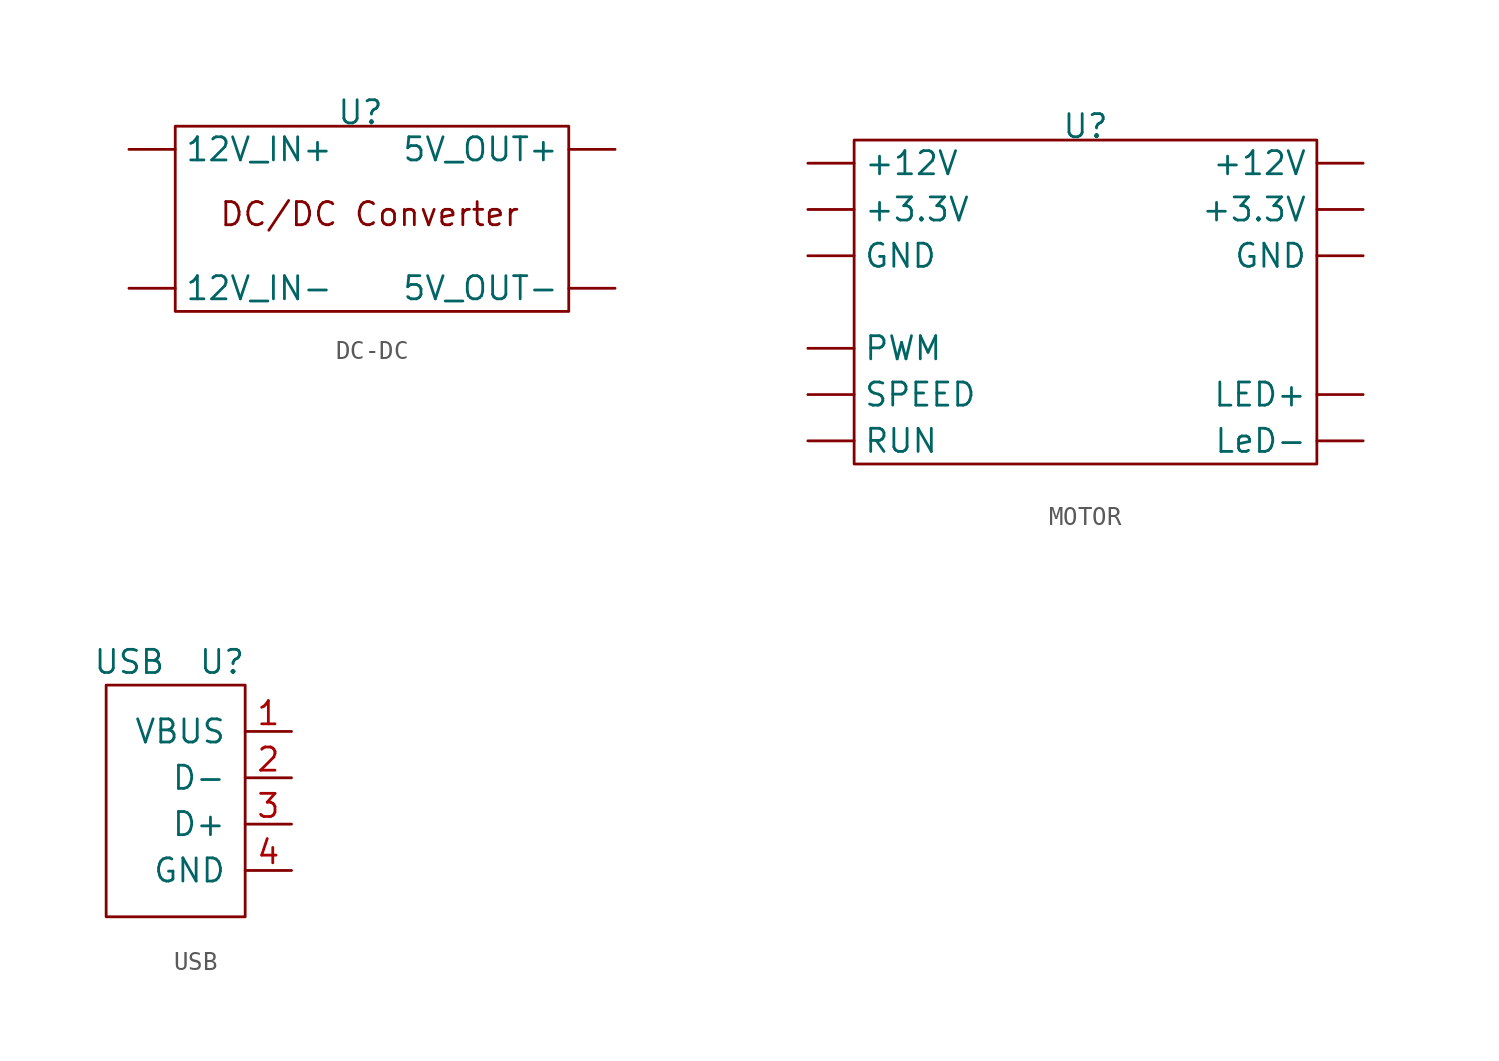
<source format=kicad_sym>
(kicad_symbol_lib
  (version 20231120)
  (generator "kicad_symbol_editor")
  (generator_version "8.0")
  (symbol "DC-DC"
    (property "Reference" "U"
      (at 0 0.762 0)
      (effects (font (size 1.27 1.27))))
    (property "Value" ""
      (at 0 0.762 0)
      (effects (font (size 1.27 1.27))))
    (symbol "DC-DC_0_1"
      (rectangle (start -10.16 0) (end 11.43 -10.16) (stroke (width 0) (type default)) (fill (type none))))
    (symbol "DC-DC_1_1"
      (text "DC/DC Converter" (at 0.508 -4.826 0) (effects (font (size 1.27 1.27))))
      (pin power_in line (at -12.7 -1.27 0) (length 2.54) (name "12V_IN+" (effects (font (size 1.27 1.27)))) (number "" (effects (font (size 1.27 1.27)))))
      (pin power_in line (at -12.7 -8.89 0) (length 2.54) (name "12V_IN-" (effects (font (size 1.27 1.27)))) (number "" (effects (font (size 1.27 1.27)))))
      (pin power_out line (at 13.97 -1.27 180) (length 2.54) (name "5V_OUT+" (effects (font (size 1.27 1.27)))) (number "" (effects (font (size 1.27 1.27)))))
      (pin power_out line (at 13.97 -8.89 180) (length 2.54) (name "5V_OUT-" (effects (font (size 1.27 1.27)))) (number "" (effects (font (size 1.27 1.27)))))))
  (symbol "MOTOR"
    (property "Reference" "U"
      (at 0 0.762 0)
      (effects (font (size 1.27 1.27))))
    (property "Value" ""
      (at 0 0 0)
      (effects (font (size 1.27 1.27))))
    (symbol "MOTOR_0_1"
      (rectangle (start -12.7 0) (end 12.7 -17.78) (stroke (width 0) (type default)) (fill (type none))))
    (symbol "MOTOR_1_1"
      (pin power_in line (at -15.24 -1.27 0) (length 2.54) (name "+12V" (effects (font (size 1.27 1.27)))) (number "" (effects (font (size 1.27 1.27)))))
      (pin power_in line (at 15.24 -1.27 180) (length 2.54) (name "+12V" (effects (font (size 1.27 1.27)))) (number "" (effects (font (size 1.27 1.27)))))
      (pin power_in line (at -15.24 -3.81 0) (length 2.54) (name "+3.3V" (effects (font (size 1.27 1.27)))) (number "" (effects (font (size 1.27 1.27)))))
      (pin power_in line (at 15.24 -3.81 180) (length 2.54) (name "+3.3V" (effects (font (size 1.27 1.27)))) (number "" (effects (font (size 1.27 1.27)))))
      (pin power_in line (at -15.24 -6.35 0) (length 2.54) (name "GND" (effects (font (size 1.27 1.27)))) (number "" (effects (font (size 1.27 1.27)))))
      (pin power_in line (at 15.24 -6.35 180) (length 2.54) (name "GND" (effects (font (size 1.27 1.27)))) (number "" (effects (font (size 1.27 1.27)))))
      (pin output line (at 15.24 -13.97 180) (length 2.54) (name "LED+" (effects (font (size 1.27 1.27)))) (number "" (effects (font (size 1.27 1.27)))))
      (pin output line (at 15.24 -16.51 180) (length 2.54) (name "LeD-" (effects (font (size 1.27 1.27)))) (number "" (effects (font (size 1.27 1.27)))))
      (pin input line (at -15.24 -11.43 0) (length 2.54) (name "PWM" (effects (font (size 1.27 1.27)))) (number "" (effects (font (size 1.27 1.27)))))
      (pin input line (at -15.24 -16.51 0) (length 2.54) (name "RUN" (effects (font (size 1.27 1.27)))) (number "" (effects (font (size 1.27 1.27)))))
      (pin output line (at -15.24 -13.97 0) (length 2.54) (name "SPEED" (effects (font (size 1.27 1.27)))) (number "" (effects (font (size 1.27 1.27)))))))
  (symbol "USB"
    (pin_names
      (offset 1.016))
    (property "Reference" "U"
      (at 6.35 1.27 0)
      (effects (font (size 1.27 1.27))))
    (property "Value" "USB"
      (at 1.27 1.27 0)
      (effects (font (size 1.27 1.27))))
    (symbol "USB_0_1"
      (rectangle (start 0 0) (end 7.62 -12.7) (stroke (width 0) (type solid)) (fill (type none))))
    (symbol "USB_1_1"
      (pin power_out line (at 10.16 -2.54 180) (length 2.54) (name "VBUS" (effects (font (size 1.27 1.27)))) (number "1" (effects (font (size 1.27 1.27)))))
      (pin bidirectional line (at 10.16 -5.08 180) (length 2.54) (name "D-" (effects (font (size 1.27 1.27)))) (number "2" (effects (font (size 1.27 1.27)))))
      (pin bidirectional line (at 10.16 -7.62 180) (length 2.54) (name "D+" (effects (font (size 1.27 1.27)))) (number "3" (effects (font (size 1.27 1.27)))))
      (pin power_out line (at 10.16 -10.16 180) (length 2.54) (name "GND" (effects (font (size 1.27 1.27)))) (number "4" (effects (font (size 1.27 1.27))))))))
</source>
